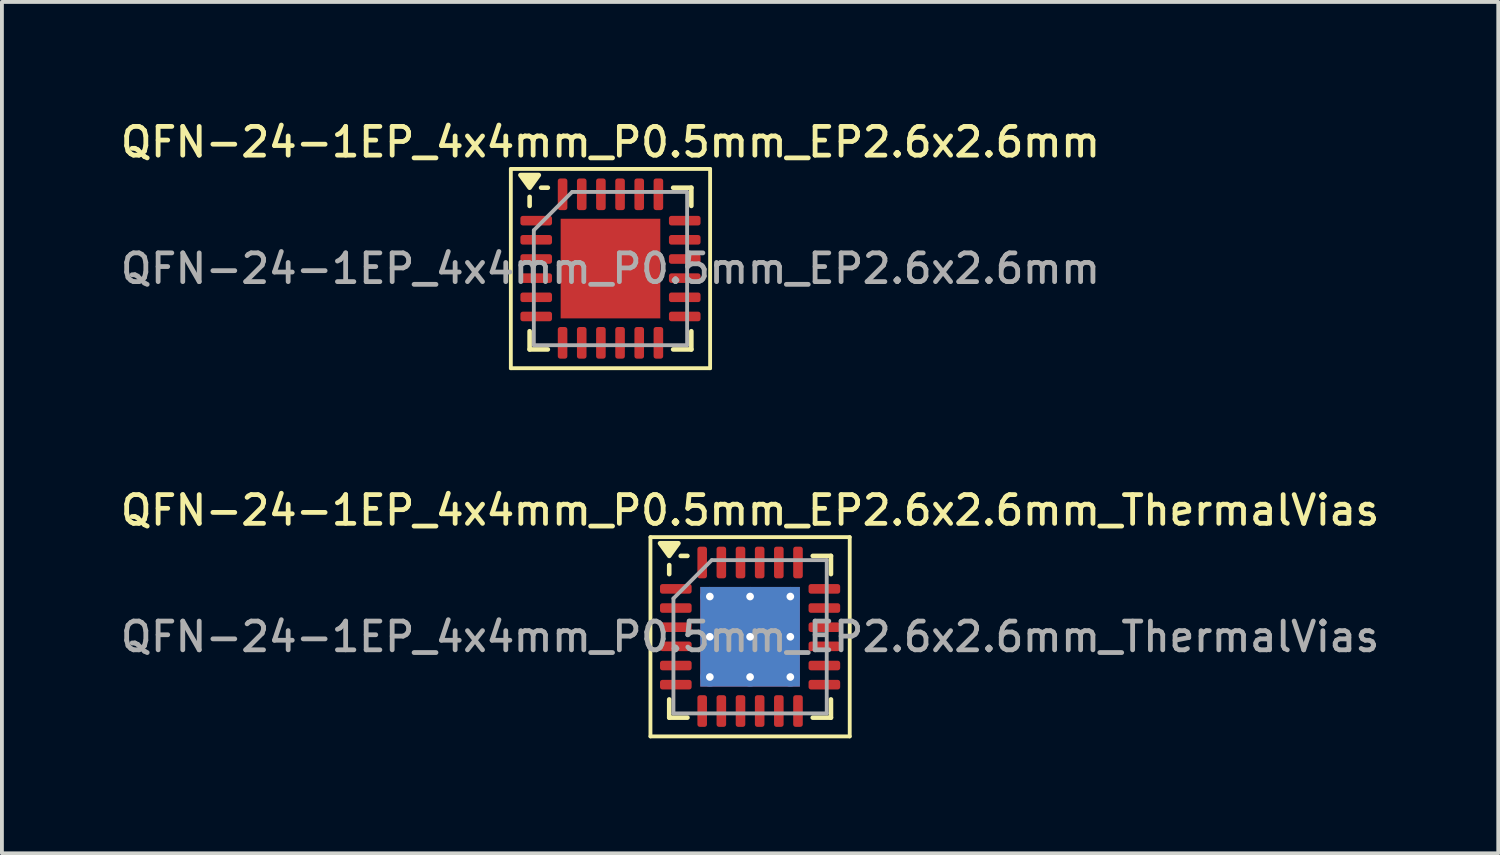
<source format=kicad_pcb>
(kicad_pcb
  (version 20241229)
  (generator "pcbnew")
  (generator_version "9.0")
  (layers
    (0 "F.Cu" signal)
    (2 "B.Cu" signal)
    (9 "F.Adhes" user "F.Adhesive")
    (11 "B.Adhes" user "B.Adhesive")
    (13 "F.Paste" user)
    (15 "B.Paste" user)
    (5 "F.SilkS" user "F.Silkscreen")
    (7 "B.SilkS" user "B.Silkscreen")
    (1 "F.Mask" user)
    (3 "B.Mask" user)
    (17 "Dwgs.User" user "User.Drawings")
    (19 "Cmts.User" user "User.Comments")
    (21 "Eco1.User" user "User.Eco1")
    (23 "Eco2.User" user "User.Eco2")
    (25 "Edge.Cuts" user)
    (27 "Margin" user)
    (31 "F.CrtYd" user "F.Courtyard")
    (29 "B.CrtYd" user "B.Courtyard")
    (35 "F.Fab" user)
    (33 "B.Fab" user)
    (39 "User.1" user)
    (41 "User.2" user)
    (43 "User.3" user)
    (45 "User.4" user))
  (footprint "QFN-24-1EP_4x4mm_P0.5mm_EP2.6x2.6mm_ThermalVias"
    (layer "F.Cu")
    (at 16.523 13.566)
    (property "Reference" "QFN-24-1EP_4x4mm_P0.5mm_EP2.6x2.6mm_ThermalVias" (at 0 -3.3 0) (layer "F.SilkS") (effects (font (size 0.75 0.75) (thickness 0.125))))
    (attr smd)
    (fp_line (start -2.6 -2.6) (end -2.6 2.6) (stroke (width 0.1) (type solid)) (layer "F.SilkS"))
    (fp_line (start -2.6 2.6) (end 2.6 2.6) (stroke (width 0.1) (type solid)) (layer "F.SilkS"))
    (fp_line (start -2.11 -1.635) (end -2.11 -1.87) (stroke (width 0.12) (type solid)) (layer "F.SilkS"))
    (fp_line (start -2.11 2.11) (end -2.11 1.635) (stroke (width 0.12) (type solid)) (layer "F.SilkS"))
    (fp_line (start -1.635 -2.11) (end -1.81 -2.11) (stroke (width 0.12) (type solid)) (layer "F.SilkS"))
    (fp_line (start -1.635 2.11) (end -2.11 2.11) (stroke (width 0.12) (type solid)) (layer "F.SilkS"))
    (fp_line (start 1.635 -2.11) (end 2.11 -2.11) (stroke (width 0.12) (type solid)) (layer "F.SilkS"))
    (fp_line (start 1.635 2.11) (end 2.11 2.11) (stroke (width 0.12) (type solid)) (layer "F.SilkS"))
    (fp_line (start 2.11 -2.11) (end 2.11 -1.635) (stroke (width 0.12) (type solid)) (layer "F.SilkS"))
    (fp_line (start 2.11 2.11) (end 2.11 1.635) (stroke (width 0.12) (type solid)) (layer "F.SilkS"))
    (fp_line (start 2.6 -2.6) (end -2.6 -2.6) (stroke (width 0.1) (type solid)) (layer "F.SilkS"))
    (fp_line (start 2.6 2.6) (end 2.6 -2.6) (stroke (width 0.1) (type solid)) (layer "F.SilkS"))
    (fp_poly (pts (xy -2.11 -2.11) (xy -2.35 -2.44) (xy -1.87 -2.44) (xy -2.11 -2.11)) (stroke (width 0.12) (type solid)) (fill yes) (layer "F.SilkS"))
    (fp_line (start -2 -1) (end -1 -2) (stroke (width 0.1) (type solid)) (layer "F.Fab"))
    (fp_line (start -2 2) (end -2 -1) (stroke (width 0.1) (type solid)) (layer "F.Fab"))
    (fp_line (start -1 -2) (end 2 -2) (stroke (width 0.1) (type solid)) (layer "F.Fab"))
    (fp_line (start 2 -2) (end 2 2) (stroke (width 0.1) (type solid)) (layer "F.Fab"))
    (fp_line (start 2 2) (end -2 2) (stroke (width 0.1) (type solid)) (layer "F.Fab"))
    (fp_text user "${REFERENCE}" (at 0 0 0) (layer "F.Fab") (effects (font (size 0.75 0.75) (thickness 0.125))))
    (pad "" smd roundrect (at -0.65 -0.65) (size 1.13 1.13) (layers "F.Paste") (roundrect_rratio 0.221))
    (pad "" smd roundrect (at -0.65 0.65) (size 1.13 1.13) (layers "F.Paste") (roundrect_rratio 0.221))
    (pad "" smd roundrect (at 0.65 -0.65) (size 1.13 1.13) (layers "F.Paste") (roundrect_rratio 0.221))
    (pad "" smd roundrect (at 0.65 0.65) (size 1.13 1.13) (layers "F.Paste") (roundrect_rratio 0.221))
    (pad "1" smd roundrect (at -1.938 -1.25) (size 0.825 0.25) (layers "F.Cu" "F.Mask" "F.Paste") (roundrect_rratio 0.25))
    (pad "2" smd roundrect (at -1.938 -0.75) (size 0.825 0.25) (layers "F.Cu" "F.Mask" "F.Paste") (roundrect_rratio 0.25))
    (pad "3" smd roundrect (at -1.938 -0.25) (size 0.825 0.25) (layers "F.Cu" "F.Mask" "F.Paste") (roundrect_rratio 0.25))
    (pad "4" smd roundrect (at -1.938 0.25) (size 0.825 0.25) (layers "F.Cu" "F.Mask" "F.Paste") (roundrect_rratio 0.25))
    (pad "5" smd roundrect (at -1.938 0.75) (size 0.825 0.25) (layers "F.Cu" "F.Mask" "F.Paste") (roundrect_rratio 0.25))
    (pad "6" smd roundrect (at -1.938 1.25) (size 0.825 0.25) (layers "F.Cu" "F.Mask" "F.Paste") (roundrect_rratio 0.25))
    (pad "7" smd roundrect (at -1.25 1.938) (size 0.25 0.825) (layers "F.Cu" "F.Mask" "F.Paste") (roundrect_rratio 0.25))
    (pad "8" smd roundrect (at -0.75 1.938) (size 0.25 0.825) (layers "F.Cu" "F.Mask" "F.Paste") (roundrect_rratio 0.25))
    (pad "9" smd roundrect (at -0.25 1.938) (size 0.25 0.825) (layers "F.Cu" "F.Mask" "F.Paste") (roundrect_rratio 0.25))
    (pad "10" smd roundrect (at 0.25 1.938) (size 0.25 0.825) (layers "F.Cu" "F.Mask" "F.Paste") (roundrect_rratio 0.25))
    (pad "11" smd roundrect (at 0.75 1.938) (size 0.25 0.825) (layers "F.Cu" "F.Mask" "F.Paste") (roundrect_rratio 0.25))
    (pad "12" smd roundrect (at 1.25 1.938) (size 0.25 0.825) (layers "F.Cu" "F.Mask" "F.Paste") (roundrect_rratio 0.25))
    (pad "13" smd roundrect (at 1.938 1.25) (size 0.825 0.25) (layers "F.Cu" "F.Mask" "F.Paste") (roundrect_rratio 0.25))
    (pad "14" smd roundrect (at 1.938 0.75) (size 0.825 0.25) (layers "F.Cu" "F.Mask" "F.Paste") (roundrect_rratio 0.25))
    (pad "15" smd roundrect (at 1.938 0.25) (size 0.825 0.25) (layers "F.Cu" "F.Mask" "F.Paste") (roundrect_rratio 0.25))
    (pad "16" smd roundrect (at 1.938 -0.25) (size 0.825 0.25) (layers "F.Cu" "F.Mask" "F.Paste") (roundrect_rratio 0.25))
    (pad "17" smd roundrect (at 1.938 -0.75) (size 0.825 0.25) (layers "F.Cu" "F.Mask" "F.Paste") (roundrect_rratio 0.25))
    (pad "18" smd roundrect (at 1.938 -1.25) (size 0.825 0.25) (layers "F.Cu" "F.Mask" "F.Paste") (roundrect_rratio 0.25))
    (pad "19" smd roundrect (at 1.25 -1.938) (size 0.25 0.825) (layers "F.Cu" "F.Mask" "F.Paste") (roundrect_rratio 0.25))
    (pad "20" smd roundrect (at 0.75 -1.938) (size 0.25 0.825) (layers "F.Cu" "F.Mask" "F.Paste") (roundrect_rratio 0.25))
    (pad "21" smd roundrect (at 0.25 -1.938) (size 0.25 0.825) (layers "F.Cu" "F.Mask" "F.Paste") (roundrect_rratio 0.25))
    (pad "22" smd roundrect (at -0.25 -1.938) (size 0.25 0.825) (layers "F.Cu" "F.Mask" "F.Paste") (roundrect_rratio 0.25))
    (pad "23" smd roundrect (at -0.75 -1.938) (size 0.25 0.825) (layers "F.Cu" "F.Mask" "F.Paste") (roundrect_rratio 0.25))
    (pad "24" smd roundrect (at -1.25 -1.938) (size 0.25 0.825) (layers "F.Cu" "F.Mask" "F.Paste") (roundrect_rratio 0.25))
    (pad "25" thru_hole circle (at -1.05 -1.05) (size 0.5 0.5) (drill 0.2) (property pad_prop_heatsink) (layers "*.Cu"))
    (pad "25" thru_hole circle (at -1.05 0) (size 0.5 0.5) (drill 0.2) (property pad_prop_heatsink) (layers "*.Cu"))
    (pad "25" thru_hole circle (at -1.05 1.05) (size 0.5 0.5) (drill 0.2) (property pad_prop_heatsink) (layers "*.Cu"))
    (pad "25" thru_hole circle (at 0 -1.05) (size 0.5 0.5) (drill 0.2) (property pad_prop_heatsink) (layers "*.Cu"))
    (pad "25" thru_hole circle (at 0 0) (size 0.5 0.5) (drill 0.2) (property pad_prop_heatsink) (layers "*.Cu"))
    (pad "25" smd rect (at 0 0) (size 2.6 2.6) (property pad_prop_heatsink) (layers "F.Cu" "F.Mask"))
    (pad "25" smd rect (at 0 0) (size 2.6 2.6) (property pad_prop_heatsink) (layers "B.Cu"))
    (pad "25" thru_hole circle (at 0 1.05) (size 0.5 0.5) (drill 0.2) (property pad_prop_heatsink) (layers "*.Cu"))
    (pad "25" thru_hole circle (at 1.05 -1.05) (size 0.5 0.5) (drill 0.2) (property pad_prop_heatsink) (layers "*.Cu"))
    (pad "25" thru_hole circle (at 1.05 0) (size 0.5 0.5) (drill 0.2) (property pad_prop_heatsink) (layers "*.Cu"))
    (pad "25" thru_hole circle (at 1.05 1.05) (size 0.5 0.5) (drill 0.2) (property pad_prop_heatsink) (layers "*.Cu")))
  (footprint "QFN-24-1EP_4x4mm_P0.5mm_EP2.6x2.6mm"
    (layer "F.Cu")
    (at 12.88 3.958)
    (property "Reference" "QFN-24-1EP_4x4mm_P0.5mm_EP2.6x2.6mm" (at 0 -3.3 0) (layer "F.SilkS") (effects (font (size 0.75 0.75) (thickness 0.125))))
    (attr smd)
    (fp_line (start -2.6 -2.6) (end -2.6 2.6) (stroke (width 0.1) (type solid)) (layer "F.SilkS"))
    (fp_line (start -2.6 2.6) (end 2.6 2.6) (stroke (width 0.1) (type solid)) (layer "F.SilkS"))
    (fp_line (start -2.11 -1.635) (end -2.11 -1.87) (stroke (width 0.12) (type solid)) (layer "F.SilkS"))
    (fp_line (start -2.11 2.11) (end -2.11 1.635) (stroke (width 0.12) (type solid)) (layer "F.SilkS"))
    (fp_line (start -1.635 -2.11) (end -1.81 -2.11) (stroke (width 0.12) (type solid)) (layer "F.SilkS"))
    (fp_line (start -1.635 2.11) (end -2.11 2.11) (stroke (width 0.12) (type solid)) (layer "F.SilkS"))
    (fp_line (start 1.635 -2.11) (end 2.11 -2.11) (stroke (width 0.12) (type solid)) (layer "F.SilkS"))
    (fp_line (start 1.635 2.11) (end 2.11 2.11) (stroke (width 0.12) (type solid)) (layer "F.SilkS"))
    (fp_line (start 2.11 -2.11) (end 2.11 -1.635) (stroke (width 0.12) (type solid)) (layer "F.SilkS"))
    (fp_line (start 2.11 2.11) (end 2.11 1.635) (stroke (width 0.12) (type solid)) (layer "F.SilkS"))
    (fp_line (start 2.6 -2.6) (end -2.6 -2.6) (stroke (width 0.1) (type solid)) (layer "F.SilkS"))
    (fp_line (start 2.6 2.6) (end 2.6 -2.6) (stroke (width 0.1) (type solid)) (layer "F.SilkS"))
    (fp_poly (pts (xy -2.11 -2.11) (xy -2.35 -2.44) (xy -1.87 -2.44) (xy -2.11 -2.11)) (stroke (width 0.12) (type solid)) (fill yes) (layer "F.SilkS"))
    (fp_line (start -2 -1) (end -1 -2) (stroke (width 0.1) (type solid)) (layer "F.Fab"))
    (fp_line (start -2 2) (end -2 -1) (stroke (width 0.1) (type solid)) (layer "F.Fab"))
    (fp_line (start -1 -2) (end 2 -2) (stroke (width 0.1) (type solid)) (layer "F.Fab"))
    (fp_line (start 2 -2) (end 2 2) (stroke (width 0.1) (type solid)) (layer "F.Fab"))
    (fp_line (start 2 2) (end -2 2) (stroke (width 0.1) (type solid)) (layer "F.Fab"))
    (fp_text user "${REFERENCE}" (at 0 0 0) (layer "F.Fab") (effects (font (size 0.75 0.75) (thickness 0.125))))
    (pad "" smd roundrect (at -0.65 -0.65) (size 1.05 1.05) (layers "F.Paste") (roundrect_rratio 0.238))
    (pad "" smd roundrect (at -0.65 0.65) (size 1.05 1.05) (layers "F.Paste") (roundrect_rratio 0.238))
    (pad "" smd roundrect (at 0.65 -0.65) (size 1.05 1.05) (layers "F.Paste") (roundrect_rratio 0.238))
    (pad "" smd roundrect (at 0.65 0.65) (size 1.05 1.05) (layers "F.Paste") (roundrect_rratio 0.238))
    (pad "1" smd roundrect (at -1.938 -1.25) (size 0.825 0.25) (layers "F.Cu" "F.Mask" "F.Paste") (roundrect_rratio 0.25))
    (pad "2" smd roundrect (at -1.938 -0.75) (size 0.825 0.25) (layers "F.Cu" "F.Mask" "F.Paste") (roundrect_rratio 0.25))
    (pad "3" smd roundrect (at -1.938 -0.25) (size 0.825 0.25) (layers "F.Cu" "F.Mask" "F.Paste") (roundrect_rratio 0.25))
    (pad "4" smd roundrect (at -1.938 0.25) (size 0.825 0.25) (layers "F.Cu" "F.Mask" "F.Paste") (roundrect_rratio 0.25))
    (pad "5" smd roundrect (at -1.938 0.75) (size 0.825 0.25) (layers "F.Cu" "F.Mask" "F.Paste") (roundrect_rratio 0.25))
    (pad "6" smd roundrect (at -1.938 1.25) (size 0.825 0.25) (layers "F.Cu" "F.Mask" "F.Paste") (roundrect_rratio 0.25))
    (pad "7" smd roundrect (at -1.25 1.938) (size 0.25 0.825) (layers "F.Cu" "F.Mask" "F.Paste") (roundrect_rratio 0.25))
    (pad "8" smd roundrect (at -0.75 1.938) (size 0.25 0.825) (layers "F.Cu" "F.Mask" "F.Paste") (roundrect_rratio 0.25))
    (pad "9" smd roundrect (at -0.25 1.938) (size 0.25 0.825) (layers "F.Cu" "F.Mask" "F.Paste") (roundrect_rratio 0.25))
    (pad "10" smd roundrect (at 0.25 1.938) (size 0.25 0.825) (layers "F.Cu" "F.Mask" "F.Paste") (roundrect_rratio 0.25))
    (pad "11" smd roundrect (at 0.75 1.938) (size 0.25 0.825) (layers "F.Cu" "F.Mask" "F.Paste") (roundrect_rratio 0.25))
    (pad "12" smd roundrect (at 1.25 1.938) (size 0.25 0.825) (layers "F.Cu" "F.Mask" "F.Paste") (roundrect_rratio 0.25))
    (pad "13" smd roundrect (at 1.938 1.25) (size 0.825 0.25) (layers "F.Cu" "F.Mask" "F.Paste") (roundrect_rratio 0.25))
    (pad "14" smd roundrect (at 1.938 0.75) (size 0.825 0.25) (layers "F.Cu" "F.Mask" "F.Paste") (roundrect_rratio 0.25))
    (pad "15" smd roundrect (at 1.938 0.25) (size 0.825 0.25) (layers "F.Cu" "F.Mask" "F.Paste") (roundrect_rratio 0.25))
    (pad "16" smd roundrect (at 1.938 -0.25) (size 0.825 0.25) (layers "F.Cu" "F.Mask" "F.Paste") (roundrect_rratio 0.25))
    (pad "17" smd roundrect (at 1.938 -0.75) (size 0.825 0.25) (layers "F.Cu" "F.Mask" "F.Paste") (roundrect_rratio 0.25))
    (pad "18" smd roundrect (at 1.938 -1.25) (size 0.825 0.25) (layers "F.Cu" "F.Mask" "F.Paste") (roundrect_rratio 0.25))
    (pad "19" smd roundrect (at 1.25 -1.938) (size 0.25 0.825) (layers "F.Cu" "F.Mask" "F.Paste") (roundrect_rratio 0.25))
    (pad "20" smd roundrect (at 0.75 -1.938) (size 0.25 0.825) (layers "F.Cu" "F.Mask" "F.Paste") (roundrect_rratio 0.25))
    (pad "21" smd roundrect (at 0.25 -1.938) (size 0.25 0.825) (layers "F.Cu" "F.Mask" "F.Paste") (roundrect_rratio 0.25))
    (pad "22" smd roundrect (at -0.25 -1.938) (size 0.25 0.825) (layers "F.Cu" "F.Mask" "F.Paste") (roundrect_rratio 0.25))
    (pad "23" smd roundrect (at -0.75 -1.938) (size 0.25 0.825) (layers "F.Cu" "F.Mask" "F.Paste") (roundrect_rratio 0.25))
    (pad "24" smd roundrect (at -1.25 -1.938) (size 0.25 0.825) (layers "F.Cu" "F.Mask" "F.Paste") (roundrect_rratio 0.25))
    (pad "25" smd rect (at 0 0) (size 2.6 2.6) (property pad_prop_heatsink) (layers "F.Cu" "F.Mask")))
  (gr_rect
    (start -3 -3)
    (end 36.046 19.216)
    (stroke (width 0.1) (type default))
    (fill no)
    (layer "Edge.Cuts")))
</source>
